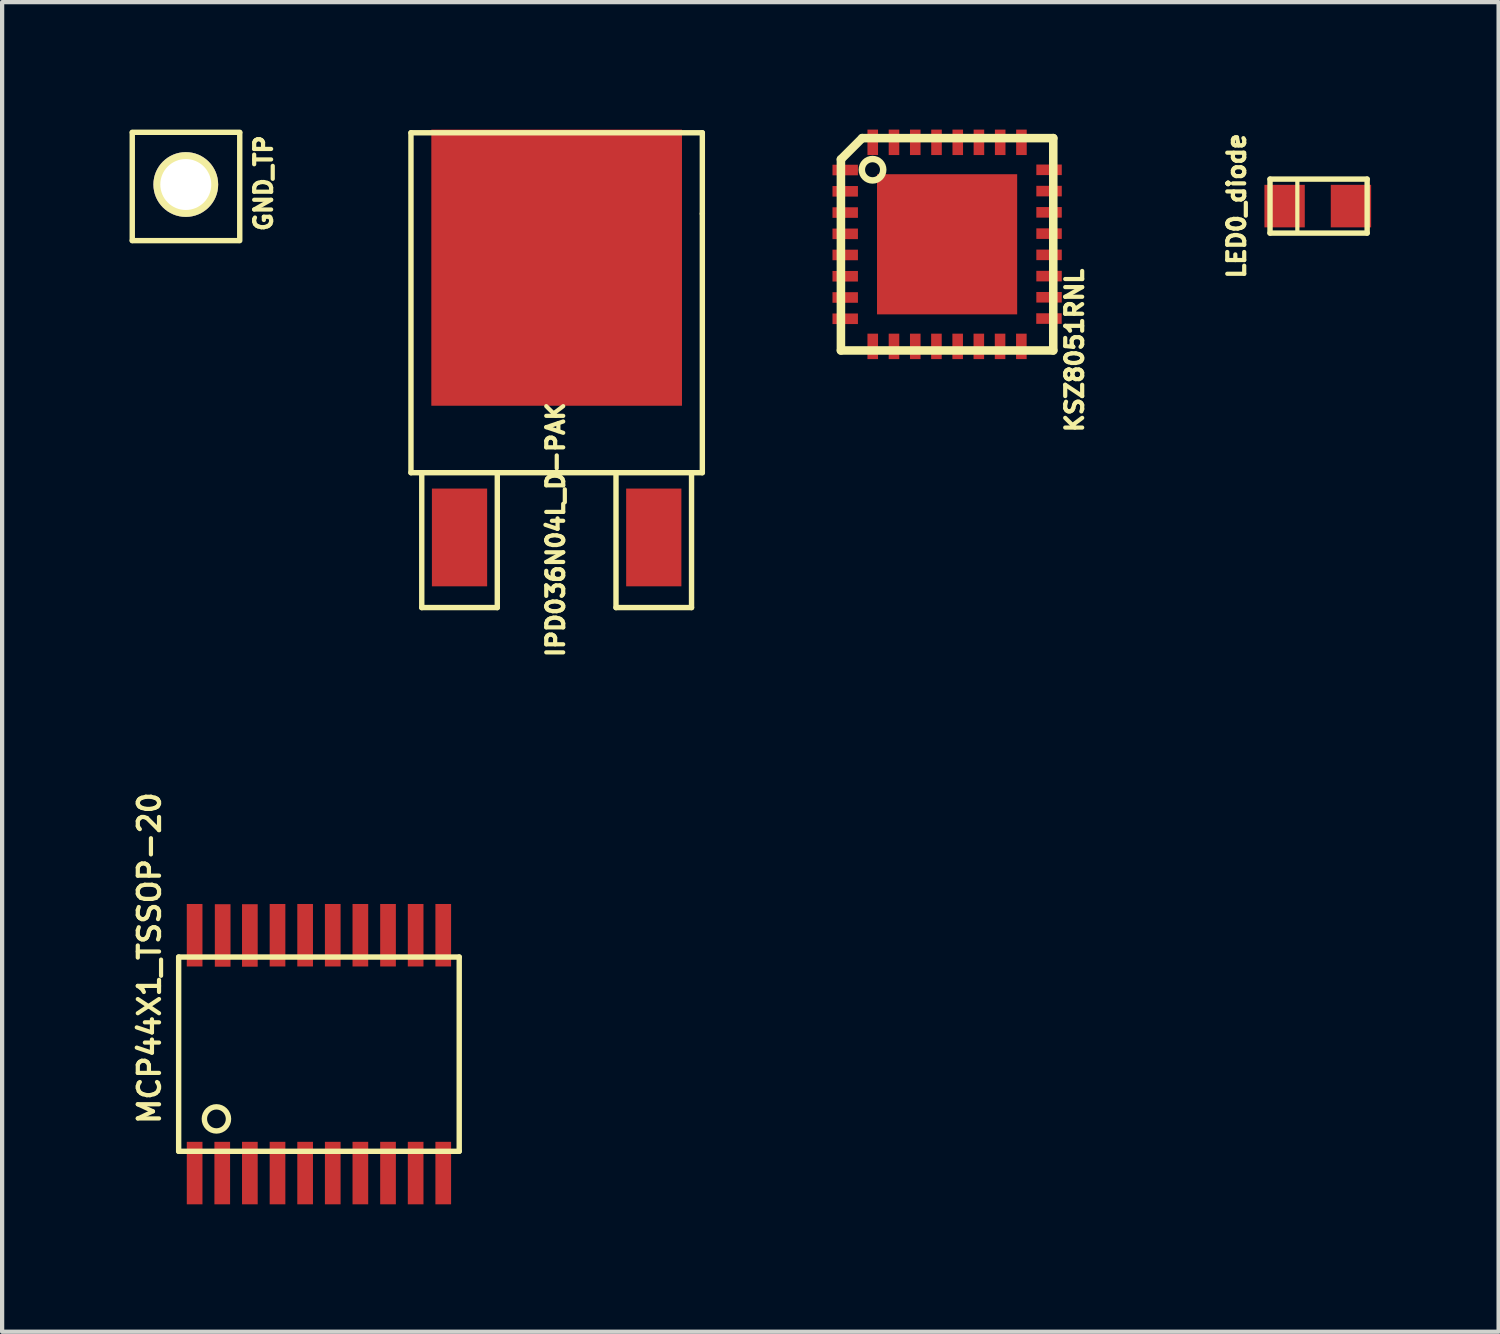
<source format=kicad_pcb>
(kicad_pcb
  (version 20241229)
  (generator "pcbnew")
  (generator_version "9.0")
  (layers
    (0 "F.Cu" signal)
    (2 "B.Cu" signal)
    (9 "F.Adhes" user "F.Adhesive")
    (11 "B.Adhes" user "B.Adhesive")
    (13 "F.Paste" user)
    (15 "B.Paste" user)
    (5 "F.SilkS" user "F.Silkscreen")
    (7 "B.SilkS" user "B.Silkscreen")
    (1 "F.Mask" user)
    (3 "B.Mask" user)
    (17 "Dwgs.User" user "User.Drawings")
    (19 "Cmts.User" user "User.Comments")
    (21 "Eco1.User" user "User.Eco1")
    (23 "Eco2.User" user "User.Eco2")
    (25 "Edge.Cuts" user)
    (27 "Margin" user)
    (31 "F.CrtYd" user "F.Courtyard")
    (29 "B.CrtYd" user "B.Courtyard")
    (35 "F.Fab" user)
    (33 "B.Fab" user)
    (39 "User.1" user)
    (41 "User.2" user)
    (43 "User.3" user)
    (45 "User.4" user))
  (footprint "IPD036N04L_D-PAK"
    (layer "F.Cu")
    (at 10.052 3.25)
    (property "Reference" "IPD036N04L_D-PAK" (at -0.025 6.167 90) (layer "F.SilkS") (effects (font (size 0.399 0.399) (thickness 0.099))))
    (attr smd)
    (fp_line (start -3.429 -3.175) (end 3.429 -3.175) (stroke (width 0.127) (type solid)) (layer "F.SilkS"))
    (fp_line (start -3.429 4.826) (end -3.429 -3.175) (stroke (width 0.127) (type solid)) (layer "F.SilkS"))
    (fp_line (start -3.175 4.826) (end -3.175 8.001) (stroke (width 0.127) (type solid)) (layer "F.SilkS"))
    (fp_line (start -3.175 8.001) (end -1.397 8.001) (stroke (width 0.127) (type solid)) (layer "F.SilkS"))
    (fp_line (start -1.397 8.001) (end -1.397 4.826) (stroke (width 0.127) (type solid)) (layer "F.SilkS"))
    (fp_line (start 1.397 4.826) (end 1.397 8.001) (stroke (width 0.127) (type solid)) (layer "F.SilkS"))
    (fp_line (start 1.397 8.001) (end 3.175 8.001) (stroke (width 0.127) (type solid)) (layer "F.SilkS"))
    (fp_line (start 3.175 8.001) (end 3.175 4.826) (stroke (width 0.127) (type solid)) (layer "F.SilkS"))
    (fp_line (start 3.429 -3.175) (end 3.429 -1.27) (stroke (width 0.127) (type solid)) (layer "F.SilkS"))
    (fp_line (start 3.429 -1.27) (end 3.429 4.826) (stroke (width 0.127) (type solid)) (layer "F.SilkS"))
    (fp_line (start 3.429 4.826) (end -3.429 4.826) (stroke (width 0.127) (type solid)) (layer "F.SilkS"))
    (pad "D" smd rect (at 0 0) (size 5.9 6.5) (layers "F.Cu" "F.Mask" "F.Paste"))
    (pad "G" smd rect (at -2.286 6.35) (size 1.3 2.301) (layers "F.Cu" "F.Mask" "F.Paste"))
    (pad "S" smd rect (at 2.286 6.35) (size 1.3 2.301) (layers "F.Cu" "F.Mask" "F.Paste")))
  (footprint "LED0_diode"
    (layer "F.Cu")
    (at 27.986 1.801)
    (property "Reference" "LED0_diode" (at -1.93 -0.003 90) (layer "F.SilkS") (effects (font (size 0.399 0.399) (thickness 0.099))))
    (attr smd)
    (fp_line (start -1.143 -0.635) (end 1.143 -0.635) (stroke (width 0.127) (type solid)) (layer "F.SilkS"))
    (fp_line (start -1.143 0.635) (end -1.143 -0.635) (stroke (width 0.127) (type solid)) (layer "F.SilkS"))
    (fp_line (start -0.5 -0.599) (end -0.5 0.599) (stroke (width 0.099) (type solid)) (layer "F.SilkS"))
    (fp_line (start 1.143 -0.635) (end 1.143 0.635) (stroke (width 0.127) (type solid)) (layer "F.SilkS"))
    (fp_line (start 1.143 0.635) (end -1.143 0.635) (stroke (width 0.127) (type solid)) (layer "F.SilkS"))
    (pad "1" smd rect (at 0.762 0) (size 0.95 1.001) (layers "F.Cu" "F.Mask" "F.Paste"))
    (pad "2" smd rect (at -0.8 0) (size 0.95 1.001) (layers "F.Cu" "F.Mask" "F.Paste")))
  (footprint "KSZ8051RNL"
    (layer "F.Cu")
    (at 19.242 2.7)
    (property "Reference" "KSZ8051RNL" (at 3 2.499 90) (layer "F.SilkS") (effects (font (size 0.399 0.399) (thickness 0.099))))
    (attr smd)
    (fp_line (start -2.499 -1.999) (end -2.499 2.499) (stroke (width 0.201) (type solid)) (layer "F.SilkS"))
    (fp_line (start -1.999 -2.499) (end -2.499 -1.999) (stroke (width 0.201) (type solid)) (layer "F.SilkS"))
    (fp_line (start 2.499 -2.499) (end -1.999 -2.499) (stroke (width 0.201) (type solid)) (layer "F.SilkS"))
    (fp_line (start 2.499 -2.499) (end 2.499 2.499) (stroke (width 0.201) (type solid)) (layer "F.SilkS"))
    (fp_line (start 2.499 2.499) (end -2.499 2.499) (stroke (width 0.201) (type solid)) (layer "F.SilkS"))
    (fp_circle (center -1.755 -1.755) (end -1.755 -2.007) (stroke (width 0.152) (type solid)) (fill no) (layer "F.SilkS"))
    (pad "1" smd rect (at -2.398 -1.748) (size 0.599 0.249) (layers "F.Cu" "F.Mask" "F.Paste"))
    (pad "2" smd rect (at -2.398 -1.247) (size 0.599 0.249) (layers "F.Cu" "F.Mask" "F.Paste"))
    (pad "3" smd rect (at -2.398 -0.747) (size 0.599 0.249) (layers "F.Cu" "F.Mask" "F.Paste"))
    (pad "4" smd rect (at -2.398 -0.246) (size 0.599 0.249) (layers "F.Cu" "F.Mask" "F.Paste"))
    (pad "5" smd rect (at -2.398 0.251) (size 0.599 0.249) (layers "F.Cu" "F.Mask" "F.Paste"))
    (pad "6" smd rect (at -2.398 0.752) (size 0.599 0.249) (layers "F.Cu" "F.Mask" "F.Paste"))
    (pad "7" smd rect (at -2.398 1.252) (size 0.599 0.249) (layers "F.Cu" "F.Mask" "F.Paste"))
    (pad "8" smd rect (at -2.398 1.753) (size 0.599 0.249) (layers "F.Cu" "F.Mask" "F.Paste"))
    (pad "9" smd rect (at -1.75 2.403) (size 0.249 0.599) (layers "F.Cu" "F.Mask" "F.Paste"))
    (pad "10" smd rect (at -1.25 2.403) (size 0.249 0.599) (layers "F.Cu" "F.Mask" "F.Paste"))
    (pad "11" smd rect (at -0.749 2.403) (size 0.249 0.599) (layers "F.Cu" "F.Mask" "F.Paste"))
    (pad "12" smd rect (at -0.251 2.403) (size 0.249 0.599) (layers "F.Cu" "F.Mask" "F.Paste"))
    (pad "13" smd rect (at 0.249 2.403) (size 0.249 0.599) (layers "F.Cu" "F.Mask" "F.Paste"))
    (pad "14" smd rect (at 0.747 2.403) (size 0.249 0.599) (layers "F.Cu" "F.Mask" "F.Paste"))
    (pad "15" smd rect (at 1.247 2.403) (size 0.249 0.599) (layers "F.Cu" "F.Mask" "F.Paste"))
    (pad "16" smd rect (at 1.748 2.403) (size 0.249 0.599) (layers "F.Cu" "F.Mask" "F.Paste"))
    (pad "17" smd rect (at 2.398 1.748) (size 0.599 0.249) (layers "F.Cu" "F.Mask" "F.Paste"))
    (pad "18" smd rect (at 2.4 1.247) (size 0.599 0.249) (layers "F.Cu" "F.Mask" "F.Paste"))
    (pad "19" smd rect (at 2.4 0.749) (size 0.599 0.249) (layers "F.Cu" "F.Mask" "F.Paste"))
    (pad "20" smd rect (at 2.4 0.249) (size 0.599 0.249) (layers "F.Cu" "F.Mask" "F.Paste"))
    (pad "21" smd rect (at 2.4 -0.251) (size 0.599 0.249) (layers "F.Cu" "F.Mask" "F.Paste"))
    (pad "22" smd rect (at 2.4 -0.752) (size 0.599 0.249) (layers "F.Cu" "F.Mask" "F.Paste"))
    (pad "23" smd rect (at 2.4 -1.252) (size 0.599 0.249) (layers "F.Cu" "F.Mask" "F.Paste"))
    (pad "24" smd rect (at 2.4 -1.753) (size 0.599 0.249) (layers "F.Cu" "F.Mask" "F.Paste"))
    (pad "25" smd rect (at 1.75 -2.4) (size 0.249 0.599) (layers "F.Cu" "F.Mask" "F.Paste"))
    (pad "26" smd rect (at 1.25 -2.4) (size 0.249 0.599) (layers "F.Cu" "F.Mask" "F.Paste"))
    (pad "27" smd rect (at 0.749 -2.4) (size 0.249 0.599) (layers "F.Cu" "F.Mask" "F.Paste"))
    (pad "28" smd rect (at 0.251 -2.4) (size 0.249 0.599) (layers "F.Cu" "F.Mask" "F.Paste"))
    (pad "29" smd rect (at -0.249 -2.4) (size 0.249 0.599) (layers "F.Cu" "F.Mask" "F.Paste"))
    (pad "30" smd rect (at -0.749 -2.4) (size 0.249 0.599) (layers "F.Cu" "F.Mask" "F.Paste"))
    (pad "31" smd rect (at -1.25 -2.4) (size 0.249 0.599) (layers "F.Cu" "F.Mask" "F.Paste"))
    (pad "32" smd rect (at -1.75 -2.4) (size 0.249 0.599) (layers "F.Cu" "F.Mask" "F.Paste"))
    (pad "33" smd rect (at 0 0) (size 3.299 3.299) (layers "F.Cu" "F.Mask" "F.Paste")))
  (footprint "GND_TP"
    (layer "F.Cu")
    (at 1.303 1.283)
    (property "Reference" "GND_TP" (at 1.849 -0.02 90) (layer "F.SilkS") (effects (font (size 0.399 0.399) (thickness 0.099))))
    (attr through_hole)
    (fp_line (start -1.24 -1.219) (end 1.29 -1.219) (stroke (width 0.127) (type solid)) (layer "F.SilkS"))
    (fp_line (start -1.24 1.328) (end -1.24 -1.212) (stroke (width 0.127) (type solid)) (layer "F.SilkS"))
    (fp_line (start -1.24 1.331) (end 1.26 1.331) (stroke (width 0.127) (type solid)) (layer "F.SilkS"))
    (fp_line (start 1.29 -1.209) (end 1.29 1.331) (stroke (width 0.127) (type solid)) (layer "F.SilkS"))
    (pad "1" thru_hole circle (at 0.02 0.01) (size 1.524 1.524) (drill 1.199) (layers "*.Cu" "*.Mask" "F.SilkS")))
  (footprint "MCP44X1_TSSOP-20"
    (layer "F.Cu")
    (at 4.457 21.762)
    (property "Reference" "MCP44X1_TSSOP-20" (at -3.99 -2.261 90) (layer "F.SilkS") (effects (font (size 0.5 0.5) (thickness 0.099))))
    (attr smd)
    (fp_line (start -3.302 -2.286) (end -3.302 2.286) (stroke (width 0.127) (type solid)) (layer "F.SilkS"))
    (fp_line (start -3.302 2.286) (end 3.302 2.286) (stroke (width 0.127) (type solid)) (layer "F.SilkS"))
    (fp_line (start 3.302 -2.286) (end -3.302 -2.286) (stroke (width 0.127) (type solid)) (layer "F.SilkS"))
    (fp_line (start 3.302 2.286) (end 3.302 -2.286) (stroke (width 0.127) (type solid)) (layer "F.SilkS"))
    (fp_circle (center -2.413 1.524) (end -2.54 1.778) (stroke (width 0.127) (type solid)) (fill no) (layer "F.SilkS"))
    (pad "1" smd rect (at -2.926 2.799) (size 0.369 1.471) (layers "F.Cu" "F.Mask" "F.Paste"))
    (pad "2" smd rect (at -2.276 2.799) (size 0.369 1.471) (layers "F.Cu" "F.Mask" "F.Paste"))
    (pad "3" smd rect (at -1.626 2.799) (size 0.369 1.471) (layers "F.Cu" "F.Mask" "F.Paste"))
    (pad "4" smd rect (at -0.975 2.799) (size 0.369 1.471) (layers "F.Cu" "F.Mask" "F.Paste"))
    (pad "5" smd rect (at -0.325 2.799) (size 0.369 1.471) (layers "F.Cu" "F.Mask" "F.Paste"))
    (pad "6" smd rect (at 0.325 2.799) (size 0.369 1.471) (layers "F.Cu" "F.Mask" "F.Paste"))
    (pad "7" smd rect (at 0.975 2.799) (size 0.369 1.471) (layers "F.Cu" "F.Mask" "F.Paste"))
    (pad "8" smd rect (at 1.626 2.799) (size 0.369 1.471) (layers "F.Cu" "F.Mask" "F.Paste"))
    (pad "9" smd rect (at 2.276 2.799) (size 0.369 1.471) (layers "F.Cu" "F.Mask" "F.Paste"))
    (pad "10" smd rect (at 2.926 2.799) (size 0.369 1.471) (layers "F.Cu" "F.Mask" "F.Paste"))
    (pad "11" smd rect (at 2.926 -2.799) (size 0.369 1.471) (layers "F.Cu" "F.Mask" "F.Paste"))
    (pad "12" smd rect (at 2.276 -2.799) (size 0.369 1.471) (layers "F.Cu" "F.Mask" "F.Paste"))
    (pad "13" smd rect (at 1.626 -2.799) (size 0.369 1.471) (layers "F.Cu" "F.Mask" "F.Paste"))
    (pad "14" smd rect (at 0.975 -2.799) (size 0.369 1.471) (layers "F.Cu" "F.Mask" "F.Paste"))
    (pad "15" smd rect (at 0.325 -2.799) (size 0.369 1.471) (layers "F.Cu" "F.Mask" "F.Paste"))
    (pad "16" smd rect (at -0.325 -2.799) (size 0.369 1.471) (layers "F.Cu" "F.Mask" "F.Paste"))
    (pad "17" smd rect (at -0.975 -2.799) (size 0.369 1.471) (layers "F.Cu" "F.Mask" "F.Paste"))
    (pad "18" smd rect (at -1.626 -2.794) (size 0.369 1.471) (layers "F.Cu" "F.Mask" "F.Paste"))
    (pad "19" smd rect (at -2.266 -2.794) (size 0.369 1.471) (layers "F.Cu" "F.Mask" "F.Paste"))
    (pad "20" smd rect (at -2.926 -2.799) (size 0.369 1.471) (layers "F.Cu" "F.Mask" "F.Paste")))
  (gr_rect
    (start -3 -3)
    (end 32.223 28.296)
    (stroke (width 0.1) (type default))
    (fill no)
    (layer "Edge.Cuts")))
</source>
